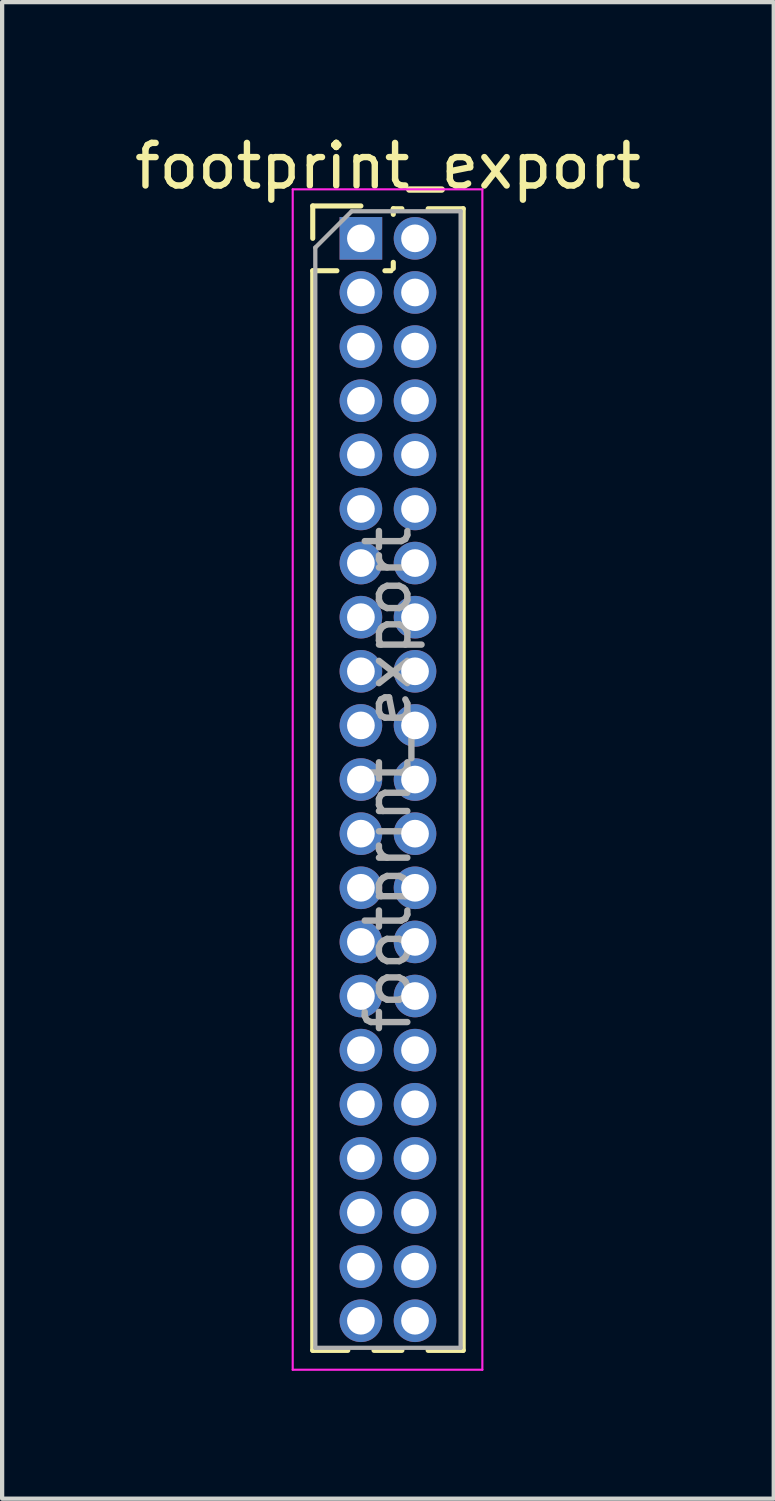
<source format=kicad_pcb>
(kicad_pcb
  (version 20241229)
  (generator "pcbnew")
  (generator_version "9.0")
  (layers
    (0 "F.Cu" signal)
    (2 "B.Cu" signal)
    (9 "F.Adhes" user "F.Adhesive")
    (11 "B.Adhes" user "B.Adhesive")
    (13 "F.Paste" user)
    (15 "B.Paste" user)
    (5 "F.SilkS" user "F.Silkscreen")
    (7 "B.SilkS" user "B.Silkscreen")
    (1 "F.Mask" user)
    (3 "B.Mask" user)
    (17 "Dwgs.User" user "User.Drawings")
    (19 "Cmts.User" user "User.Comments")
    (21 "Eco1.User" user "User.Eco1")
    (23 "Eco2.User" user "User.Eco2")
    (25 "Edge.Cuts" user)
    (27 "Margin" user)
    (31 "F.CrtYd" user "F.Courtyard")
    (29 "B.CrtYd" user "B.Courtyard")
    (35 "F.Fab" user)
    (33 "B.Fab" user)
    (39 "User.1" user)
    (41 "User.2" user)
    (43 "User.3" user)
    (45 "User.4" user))
  (footprint "footprint_export"
    (layer "F.Cu")
    (at 5.419 2.543)
    (property "Reference" "footprint_export" (at 0.635 -1.695 0) (layer "F.SilkS") (effects (font (size 1 1) (thickness 0.15))))
    (attr through_hole)
    (fp_line (start -1.13 -0.76) (end 0 -0.76) (stroke (width 0.12) (type solid)) (layer "F.SilkS"))
    (fp_line (start -1.13 0) (end -1.13 -0.76) (stroke (width 0.12) (type solid)) (layer "F.SilkS"))
    (fp_line (start -1.13 0.76) (end -1.13 26.095) (stroke (width 0.12) (type solid)) (layer "F.SilkS"))
    (fp_line (start -1.13 0.76) (end -0.563 0.76) (stroke (width 0.12) (type solid)) (layer "F.SilkS"))
    (fp_line (start -1.13 26.095) (end -0.308 26.095) (stroke (width 0.12) (type solid)) (layer "F.SilkS"))
    (fp_line (start 0.308 26.095) (end 0.962 26.095) (stroke (width 0.12) (type solid)) (layer "F.SilkS"))
    (fp_line (start 0.563 0.76) (end 0.707 0.76) (stroke (width 0.12) (type solid)) (layer "F.SilkS"))
    (fp_line (start 0.76 -0.695) (end 0.962 -0.695) (stroke (width 0.12) (type solid)) (layer "F.SilkS"))
    (fp_line (start 0.76 -0.563) (end 0.76 -0.695) (stroke (width 0.12) (type solid)) (layer "F.SilkS"))
    (fp_line (start 0.76 0.707) (end 0.76 0.563) (stroke (width 0.12) (type solid)) (layer "F.SilkS"))
    (fp_line (start 1.578 -0.695) (end 2.4 -0.695) (stroke (width 0.12) (type solid)) (layer "F.SilkS"))
    (fp_line (start 1.578 26.095) (end 2.4 26.095) (stroke (width 0.12) (type solid)) (layer "F.SilkS"))
    (fp_line (start 2.4 -0.695) (end 2.4 26.095) (stroke (width 0.12) (type solid)) (layer "F.SilkS"))
    (fp_line (start -1.6 -1.15) (end -1.6 26.55) (stroke (width 0.05) (type solid)) (layer "F.CrtYd"))
    (fp_line (start -1.6 26.55) (end 2.85 26.55) (stroke (width 0.05) (type solid)) (layer "F.CrtYd"))
    (fp_line (start 2.85 -1.15) (end -1.6 -1.15) (stroke (width 0.05) (type solid)) (layer "F.CrtYd"))
    (fp_line (start 2.85 26.55) (end 2.85 -1.15) (stroke (width 0.05) (type solid)) (layer "F.CrtYd"))
    (fp_line (start -1.07 0.217) (end -0.217 -0.635) (stroke (width 0.1) (type solid)) (layer "F.Fab"))
    (fp_line (start -1.07 26.035) (end -1.07 0.217) (stroke (width 0.1) (type solid)) (layer "F.Fab"))
    (fp_line (start -0.217 -0.635) (end 2.34 -0.635) (stroke (width 0.1) (type solid)) (layer "F.Fab"))
    (fp_line (start 2.34 -0.635) (end 2.34 26.035) (stroke (width 0.1) (type solid)) (layer "F.Fab"))
    (fp_line (start 2.34 26.035) (end -1.07 26.035) (stroke (width 0.1) (type solid)) (layer "F.Fab"))
    (fp_text user "${REFERENCE}" (at 0.635 12.7 90) (layer "F.Fab") (effects (font (size 1 1) (thickness 0.15))))
    (pad "1" thru_hole rect (at 0 0) (size 1 1) (drill 0.65) (layers "*.Cu" "*.Mask"))
    (pad "2" thru_hole oval (at 1.27 0) (size 1 1) (drill 0.65) (layers "*.Cu" "*.Mask"))
    (pad "3" thru_hole oval (at 0 1.27) (size 1 1) (drill 0.65) (layers "*.Cu" "*.Mask"))
    (pad "4" thru_hole oval (at 1.27 1.27) (size 1 1) (drill 0.65) (layers "*.Cu" "*.Mask"))
    (pad "5" thru_hole oval (at 0 2.54) (size 1 1) (drill 0.65) (layers "*.Cu" "*.Mask"))
    (pad "6" thru_hole oval (at 1.27 2.54) (size 1 1) (drill 0.65) (layers "*.Cu" "*.Mask"))
    (pad "7" thru_hole oval (at 0 3.81) (size 1 1) (drill 0.65) (layers "*.Cu" "*.Mask"))
    (pad "8" thru_hole oval (at 1.27 3.81) (size 1 1) (drill 0.65) (layers "*.Cu" "*.Mask"))
    (pad "9" thru_hole oval (at 0 5.08) (size 1 1) (drill 0.65) (layers "*.Cu" "*.Mask"))
    (pad "10" thru_hole oval (at 1.27 5.08) (size 1 1) (drill 0.65) (layers "*.Cu" "*.Mask"))
    (pad "11" thru_hole oval (at 0 6.35) (size 1 1) (drill 0.65) (layers "*.Cu" "*.Mask"))
    (pad "12" thru_hole oval (at 1.27 6.35) (size 1 1) (drill 0.65) (layers "*.Cu" "*.Mask"))
    (pad "13" thru_hole oval (at 0 7.62) (size 1 1) (drill 0.65) (layers "*.Cu" "*.Mask"))
    (pad "14" thru_hole oval (at 1.27 7.62) (size 1 1) (drill 0.65) (layers "*.Cu" "*.Mask"))
    (pad "15" thru_hole oval (at 0 8.89) (size 1 1) (drill 0.65) (layers "*.Cu" "*.Mask"))
    (pad "16" thru_hole oval (at 1.27 8.89) (size 1 1) (drill 0.65) (layers "*.Cu" "*.Mask"))
    (pad "17" thru_hole oval (at 0 10.16) (size 1 1) (drill 0.65) (layers "*.Cu" "*.Mask"))
    (pad "18" thru_hole oval (at 1.27 10.16) (size 1 1) (drill 0.65) (layers "*.Cu" "*.Mask"))
    (pad "19" thru_hole oval (at 0 11.43) (size 1 1) (drill 0.65) (layers "*.Cu" "*.Mask"))
    (pad "20" thru_hole oval (at 1.27 11.43) (size 1 1) (drill 0.65) (layers "*.Cu" "*.Mask"))
    (pad "21" thru_hole oval (at 0 12.7) (size 1 1) (drill 0.65) (layers "*.Cu" "*.Mask"))
    (pad "22" thru_hole oval (at 1.27 12.7) (size 1 1) (drill 0.65) (layers "*.Cu" "*.Mask"))
    (pad "23" thru_hole oval (at 0 13.97) (size 1 1) (drill 0.65) (layers "*.Cu" "*.Mask"))
    (pad "24" thru_hole oval (at 1.27 13.97) (size 1 1) (drill 0.65) (layers "*.Cu" "*.Mask"))
    (pad "25" thru_hole oval (at 0 15.24) (size 1 1) (drill 0.65) (layers "*.Cu" "*.Mask"))
    (pad "26" thru_hole oval (at 1.27 15.24) (size 1 1) (drill 0.65) (layers "*.Cu" "*.Mask"))
    (pad "27" thru_hole oval (at 0 16.51) (size 1 1) (drill 0.65) (layers "*.Cu" "*.Mask"))
    (pad "28" thru_hole oval (at 1.27 16.51) (size 1 1) (drill 0.65) (layers "*.Cu" "*.Mask"))
    (pad "29" thru_hole oval (at 0 17.78) (size 1 1) (drill 0.65) (layers "*.Cu" "*.Mask"))
    (pad "30" thru_hole oval (at 1.27 17.78) (size 1 1) (drill 0.65) (layers "*.Cu" "*.Mask"))
    (pad "31" thru_hole oval (at 0 19.05) (size 1 1) (drill 0.65) (layers "*.Cu" "*.Mask"))
    (pad "32" thru_hole oval (at 1.27 19.05) (size 1 1) (drill 0.65) (layers "*.Cu" "*.Mask"))
    (pad "33" thru_hole oval (at 0 20.32) (size 1 1) (drill 0.65) (layers "*.Cu" "*.Mask"))
    (pad "34" thru_hole oval (at 1.27 20.32) (size 1 1) (drill 0.65) (layers "*.Cu" "*.Mask"))
    (pad "35" thru_hole oval (at 0 21.59) (size 1 1) (drill 0.65) (layers "*.Cu" "*.Mask"))
    (pad "36" thru_hole oval (at 1.27 21.59) (size 1 1) (drill 0.65) (layers "*.Cu" "*.Mask"))
    (pad "37" thru_hole oval (at 0 22.86) (size 1 1) (drill 0.65) (layers "*.Cu" "*.Mask"))
    (pad "38" thru_hole oval (at 1.27 22.86) (size 1 1) (drill 0.65) (layers "*.Cu" "*.Mask"))
    (pad "39" thru_hole oval (at 0 24.13) (size 1 1) (drill 0.65) (layers "*.Cu" "*.Mask"))
    (pad "40" thru_hole oval (at 1.27 24.13) (size 1 1) (drill 0.65) (layers "*.Cu" "*.Mask"))
    (pad "41" thru_hole oval (at 0 25.4) (size 1 1) (drill 0.65) (layers "*.Cu" "*.Mask"))
    (pad "42" thru_hole oval (at 1.27 25.4) (size 1 1) (drill 0.65) (layers "*.Cu" "*.Mask")))
  (gr_rect
    (start -3 -3)
    (end 15.107 32.118)
    (stroke (width 0.1) (type default))
    (fill no)
    (layer "Edge.Cuts")))
</source>
